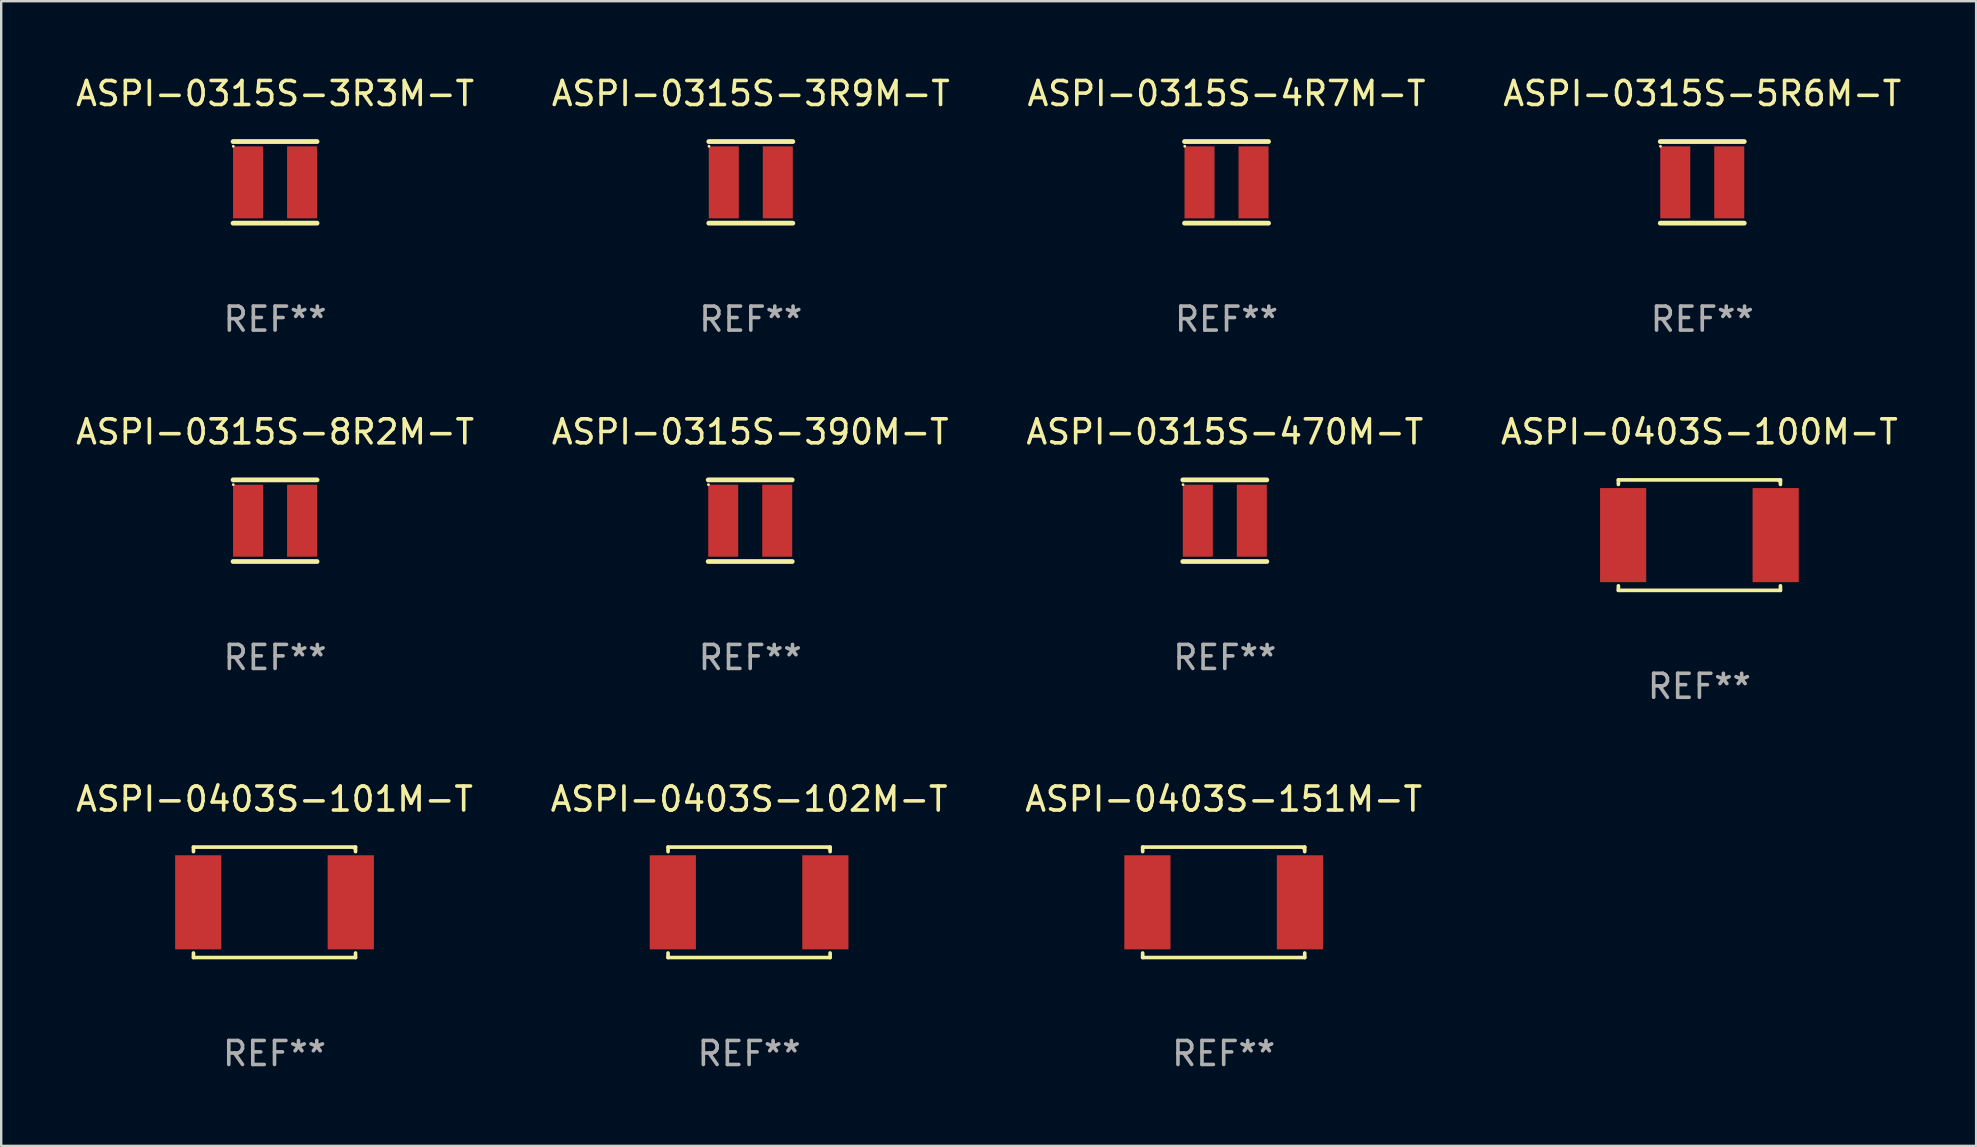
<source format=kicad_pcb>
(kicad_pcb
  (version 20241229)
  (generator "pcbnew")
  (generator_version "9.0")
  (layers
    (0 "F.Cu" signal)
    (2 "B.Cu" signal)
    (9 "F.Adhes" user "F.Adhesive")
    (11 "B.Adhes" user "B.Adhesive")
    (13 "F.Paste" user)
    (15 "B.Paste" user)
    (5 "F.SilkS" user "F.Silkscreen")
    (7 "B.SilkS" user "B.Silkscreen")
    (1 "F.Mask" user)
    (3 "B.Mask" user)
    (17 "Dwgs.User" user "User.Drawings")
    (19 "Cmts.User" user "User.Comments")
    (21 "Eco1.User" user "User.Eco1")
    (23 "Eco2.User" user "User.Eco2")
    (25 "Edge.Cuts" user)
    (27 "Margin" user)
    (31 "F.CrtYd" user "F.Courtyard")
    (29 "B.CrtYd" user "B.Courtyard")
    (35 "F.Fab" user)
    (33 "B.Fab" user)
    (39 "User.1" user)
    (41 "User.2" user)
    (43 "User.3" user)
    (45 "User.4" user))
  (footprint "ASPI-0403S-101M-T"
    (layer "F.Cu")
    (at 8.387 34.545)
    (property "Reference" "ASPI-0403S-101M-T" (at 0 -4.301 0) (layer "F.SilkS") (effects (font (size 1 1) (thickness 0.15))))
    (attr through_hole)
    (fp_line (start -3.376 -2.301) (end 3.376 -2.301) (stroke (width 0.152) (type solid)) (layer "F.SilkS"))
    (fp_line (start -3.376 -2.112) (end -3.376 -2.301) (stroke (width 0.152) (type solid)) (layer "F.SilkS"))
    (fp_line (start -3.376 2.112) (end -3.376 2.301) (stroke (width 0.152) (type solid)) (layer "F.SilkS"))
    (fp_line (start -3.376 2.301) (end 3.376 2.301) (stroke (width 0.152) (type solid)) (layer "F.SilkS"))
    (fp_line (start 3.376 -2.301) (end 3.376 -2.112) (stroke (width 0.152) (type solid)) (layer "F.SilkS"))
    (fp_line (start 3.376 2.301) (end 3.376 2.112) (stroke (width 0.152) (type solid)) (layer "F.SilkS"))
    (fp_circle (center 3.31 -2.25) (end 3.34 -2.25) (stroke (width 0.06) (type solid)) (fill no) (layer "F.SilkS"))
    (fp_text user "REF**" (at 0 6.301 0) (layer "F.Fab") (effects (font (size 1 1) (thickness 0.15))))
    (pad "1" smd rect (at 3.178 0) (size 1.924 3.92) (layers "F.Cu" "F.Mask" "F.Paste"))
    (pad "2" smd rect (at -3.178 0) (size 1.924 3.92) (layers "F.Cu" "F.Mask" "F.Paste")))
  (footprint "ASPI-0315S-8R2M-T"
    (layer "F.Cu")
    (at 8.411 18.645)
    (property "Reference" "ASPI-0315S-8R2M-T" (at 0 -3.7 0) (layer "F.SilkS") (effects (font (size 1 1) (thickness 0.15))))
    (attr through_hole)
    (fp_line (start -1.75 -1.7) (end 1.75 -1.7) (stroke (width 0.2) (type solid)) (layer "F.SilkS"))
    (fp_line (start -1.75 1.7) (end 1.75 1.7) (stroke (width 0.2) (type solid)) (layer "F.SilkS"))
    (fp_circle (center -1.741 -1.503) (end -1.711 -1.503) (stroke (width 0.06) (type solid)) (fill no) (layer "F.SilkS"))
    (fp_text user "REF**" (at 0 5.7 0) (layer "F.Fab") (effects (font (size 1 1) (thickness 0.15))))
    (pad "1" smd rect (at -1.125 0) (size 1.25 3) (layers "F.Cu" "F.Mask" "F.Paste"))
    (pad "2" smd rect (at 1.125 0) (size 1.25 3) (layers "F.Cu" "F.Mask" "F.Paste")))
  (footprint "ASPI-0403S-151M-T"
    (layer "F.Cu")
    (at 47.935 34.545)
    (property "Reference" "ASPI-0403S-151M-T" (at 0 -4.301 0) (layer "F.SilkS") (effects (font (size 1 1) (thickness 0.15))))
    (attr through_hole)
    (fp_line (start -3.376 -2.301) (end 3.376 -2.301) (stroke (width 0.152) (type solid)) (layer "F.SilkS"))
    (fp_line (start -3.376 -2.112) (end -3.376 -2.301) (stroke (width 0.152) (type solid)) (layer "F.SilkS"))
    (fp_line (start -3.376 2.112) (end -3.376 2.301) (stroke (width 0.152) (type solid)) (layer "F.SilkS"))
    (fp_line (start -3.376 2.301) (end 3.376 2.301) (stroke (width 0.152) (type solid)) (layer "F.SilkS"))
    (fp_line (start 3.376 -2.301) (end 3.376 -2.112) (stroke (width 0.152) (type solid)) (layer "F.SilkS"))
    (fp_line (start 3.376 2.301) (end 3.376 2.112) (stroke (width 0.152) (type solid)) (layer "F.SilkS"))
    (fp_circle (center 3.31 -2.25) (end 3.34 -2.25) (stroke (width 0.06) (type solid)) (fill no) (layer "F.SilkS"))
    (fp_text user "REF**" (at 0 6.301 0) (layer "F.Fab") (effects (font (size 1 1) (thickness 0.15))))
    (pad "1" smd rect (at 3.178 0) (size 1.924 3.92) (layers "F.Cu" "F.Mask" "F.Paste"))
    (pad "2" smd rect (at -3.178 0) (size 1.924 3.92) (layers "F.Cu" "F.Mask" "F.Paste")))
  (footprint "ASPI-0403S-100M-T"
    (layer "F.Cu")
    (at 67.756 19.246)
    (property "Reference" "ASPI-0403S-100M-T" (at 0 -4.301 0) (layer "F.SilkS") (effects (font (size 1 1) (thickness 0.15))))
    (attr through_hole)
    (fp_line (start -3.376 -2.301) (end 3.376 -2.301) (stroke (width 0.152) (type solid)) (layer "F.SilkS"))
    (fp_line (start -3.376 -2.112) (end -3.376 -2.301) (stroke (width 0.152) (type solid)) (layer "F.SilkS"))
    (fp_line (start -3.376 2.112) (end -3.376 2.301) (stroke (width 0.152) (type solid)) (layer "F.SilkS"))
    (fp_line (start -3.376 2.301) (end 3.376 2.301) (stroke (width 0.152) (type solid)) (layer "F.SilkS"))
    (fp_line (start 3.376 -2.301) (end 3.376 -2.112) (stroke (width 0.152) (type solid)) (layer "F.SilkS"))
    (fp_line (start 3.376 2.301) (end 3.376 2.112) (stroke (width 0.152) (type solid)) (layer "F.SilkS"))
    (fp_circle (center 3.31 -2.25) (end 3.34 -2.25) (stroke (width 0.06) (type solid)) (fill no) (layer "F.SilkS"))
    (fp_text user "REF**" (at 0 6.301 0) (layer "F.Fab") (effects (font (size 1 1) (thickness 0.15))))
    (pad "1" smd rect (at 3.178 0) (size 1.924 3.92) (layers "F.Cu" "F.Mask" "F.Paste"))
    (pad "2" smd rect (at -3.178 0) (size 1.924 3.92) (layers "F.Cu" "F.Mask" "F.Paste")))
  (footprint "ASPI-0315S-3R9M-T"
    (layer "F.Cu")
    (at 28.232 4.548)
    (property "Reference" "ASPI-0315S-3R9M-T" (at 0 -3.7 0) (layer "F.SilkS") (effects (font (size 1 1) (thickness 0.15))))
    (attr through_hole)
    (fp_line (start -1.75 -1.7) (end 1.75 -1.7) (stroke (width 0.2) (type solid)) (layer "F.SilkS"))
    (fp_line (start -1.75 1.7) (end 1.75 1.7) (stroke (width 0.2) (type solid)) (layer "F.SilkS"))
    (fp_circle (center -1.741 -1.503) (end -1.711 -1.503) (stroke (width 0.06) (type solid)) (fill no) (layer "F.SilkS"))
    (fp_text user "REF**" (at 0 5.7 0) (layer "F.Fab") (effects (font (size 1 1) (thickness 0.15))))
    (pad "1" smd rect (at -1.125 0) (size 1.25 3) (layers "F.Cu" "F.Mask" "F.Paste"))
    (pad "2" smd rect (at 1.125 0) (size 1.25 3) (layers "F.Cu" "F.Mask" "F.Paste")))
  (footprint "ASPI-0315S-470M-T"
    (layer "F.Cu")
    (at 47.982 18.645)
    (property "Reference" "ASPI-0315S-470M-T" (at 0 -3.7 0) (layer "F.SilkS") (effects (font (size 1 1) (thickness 0.15))))
    (attr through_hole)
    (fp_line (start -1.75 -1.7) (end 1.75 -1.7) (stroke (width 0.2) (type solid)) (layer "F.SilkS"))
    (fp_line (start -1.75 1.7) (end 1.75 1.7) (stroke (width 0.2) (type solid)) (layer "F.SilkS"))
    (fp_circle (center -1.741 -1.503) (end -1.711 -1.503) (stroke (width 0.06) (type solid)) (fill no) (layer "F.SilkS"))
    (fp_text user "REF**" (at 0 5.7 0) (layer "F.Fab") (effects (font (size 1 1) (thickness 0.15))))
    (pad "1" smd rect (at -1.125 0) (size 1.25 3) (layers "F.Cu" "F.Mask" "F.Paste"))
    (pad "2" smd rect (at 1.125 0) (size 1.25 3) (layers "F.Cu" "F.Mask" "F.Paste")))
  (footprint "ASPI-0315S-4R7M-T"
    (layer "F.Cu")
    (at 48.054 4.548)
    (property "Reference" "ASPI-0315S-4R7M-T" (at 0 -3.7 0) (layer "F.SilkS") (effects (font (size 1 1) (thickness 0.15))))
    (attr through_hole)
    (fp_line (start -1.75 -1.7) (end 1.75 -1.7) (stroke (width 0.2) (type solid)) (layer "F.SilkS"))
    (fp_line (start -1.75 1.7) (end 1.75 1.7) (stroke (width 0.2) (type solid)) (layer "F.SilkS"))
    (fp_circle (center -1.741 -1.503) (end -1.711 -1.503) (stroke (width 0.06) (type solid)) (fill no) (layer "F.SilkS"))
    (fp_text user "REF**" (at 0 5.7 0) (layer "F.Fab") (effects (font (size 1 1) (thickness 0.15))))
    (pad "1" smd rect (at -1.125 0) (size 1.25 3) (layers "F.Cu" "F.Mask" "F.Paste"))
    (pad "2" smd rect (at 1.125 0) (size 1.25 3) (layers "F.Cu" "F.Mask" "F.Paste")))
  (footprint "ASPI-0315S-390M-T"
    (layer "F.Cu")
    (at 28.208 18.645)
    (property "Reference" "ASPI-0315S-390M-T" (at 0 -3.7 0) (layer "F.SilkS") (effects (font (size 1 1) (thickness 0.15))))
    (attr through_hole)
    (fp_line (start -1.75 -1.7) (end 1.75 -1.7) (stroke (width 0.2) (type solid)) (layer "F.SilkS"))
    (fp_line (start -1.75 1.7) (end 1.75 1.7) (stroke (width 0.2) (type solid)) (layer "F.SilkS"))
    (fp_circle (center -1.741 -1.503) (end -1.711 -1.503) (stroke (width 0.06) (type solid)) (fill no) (layer "F.SilkS"))
    (fp_text user "REF**" (at 0 5.7 0) (layer "F.Fab") (effects (font (size 1 1) (thickness 0.15))))
    (pad "1" smd rect (at -1.125 0) (size 1.25 3) (layers "F.Cu" "F.Mask" "F.Paste"))
    (pad "2" smd rect (at 1.125 0) (size 1.25 3) (layers "F.Cu" "F.Mask" "F.Paste")))
  (footprint "ASPI-0403S-102M-T"
    (layer "F.Cu")
    (at 28.161 34.545)
    (property "Reference" "ASPI-0403S-102M-T" (at 0 -4.301 0) (layer "F.SilkS") (effects (font (size 1 1) (thickness 0.15))))
    (attr through_hole)
    (fp_line (start -3.376 -2.301) (end 3.376 -2.301) (stroke (width 0.152) (type solid)) (layer "F.SilkS"))
    (fp_line (start -3.376 -2.112) (end -3.376 -2.301) (stroke (width 0.152) (type solid)) (layer "F.SilkS"))
    (fp_line (start -3.376 2.112) (end -3.376 2.301) (stroke (width 0.152) (type solid)) (layer "F.SilkS"))
    (fp_line (start -3.376 2.301) (end 3.376 2.301) (stroke (width 0.152) (type solid)) (layer "F.SilkS"))
    (fp_line (start 3.376 -2.301) (end 3.376 -2.112) (stroke (width 0.152) (type solid)) (layer "F.SilkS"))
    (fp_line (start 3.376 2.301) (end 3.376 2.112) (stroke (width 0.152) (type solid)) (layer "F.SilkS"))
    (fp_circle (center 3.31 -2.25) (end 3.34 -2.25) (stroke (width 0.06) (type solid)) (fill no) (layer "F.SilkS"))
    (fp_text user "REF**" (at 0 6.301 0) (layer "F.Fab") (effects (font (size 1 1) (thickness 0.15))))
    (pad "1" smd rect (at 3.178 0) (size 1.924 3.92) (layers "F.Cu" "F.Mask" "F.Paste"))
    (pad "2" smd rect (at -3.178 0) (size 1.924 3.92) (layers "F.Cu" "F.Mask" "F.Paste")))
  (footprint "ASPI-0315S-3R3M-T"
    (layer "F.Cu")
    (at 8.411 4.548)
    (property "Reference" "ASPI-0315S-3R3M-T" (at 0 -3.7 0) (layer "F.SilkS") (effects (font (size 1 1) (thickness 0.15))))
    (attr through_hole)
    (fp_line (start -1.75 -1.7) (end 1.75 -1.7) (stroke (width 0.2) (type solid)) (layer "F.SilkS"))
    (fp_line (start -1.75 1.7) (end 1.75 1.7) (stroke (width 0.2) (type solid)) (layer "F.SilkS"))
    (fp_circle (center -1.741 -1.503) (end -1.711 -1.503) (stroke (width 0.06) (type solid)) (fill no) (layer "F.SilkS"))
    (fp_text user "REF**" (at 0 5.7 0) (layer "F.Fab") (effects (font (size 1 1) (thickness 0.15))))
    (pad "1" smd rect (at -1.125 0) (size 1.25 3) (layers "F.Cu" "F.Mask" "F.Paste"))
    (pad "2" smd rect (at 1.125 0) (size 1.25 3) (layers "F.Cu" "F.Mask" "F.Paste")))
  (footprint "ASPI-0315S-5R6M-T"
    (layer "F.Cu")
    (at 67.875 4.548)
    (property "Reference" "ASPI-0315S-5R6M-T" (at 0 -3.7 0) (layer "F.SilkS") (effects (font (size 1 1) (thickness 0.15))))
    (attr through_hole)
    (fp_line (start -1.75 -1.7) (end 1.75 -1.7) (stroke (width 0.2) (type solid)) (layer "F.SilkS"))
    (fp_line (start -1.75 1.7) (end 1.75 1.7) (stroke (width 0.2) (type solid)) (layer "F.SilkS"))
    (fp_circle (center -1.741 -1.503) (end -1.711 -1.503) (stroke (width 0.06) (type solid)) (fill no) (layer "F.SilkS"))
    (fp_text user "REF**" (at 0 5.7 0) (layer "F.Fab") (effects (font (size 1 1) (thickness 0.15))))
    (pad "1" smd rect (at -1.125 0) (size 1.25 3) (layers "F.Cu" "F.Mask" "F.Paste"))
    (pad "2" smd rect (at 1.125 0) (size 1.25 3) (layers "F.Cu" "F.Mask" "F.Paste")))
  (gr_rect
    (start -3 -3)
    (end 79.286 44.694)
    (stroke (width 0.1) (type default))
    (fill no)
    (layer "Edge.Cuts")))
</source>
